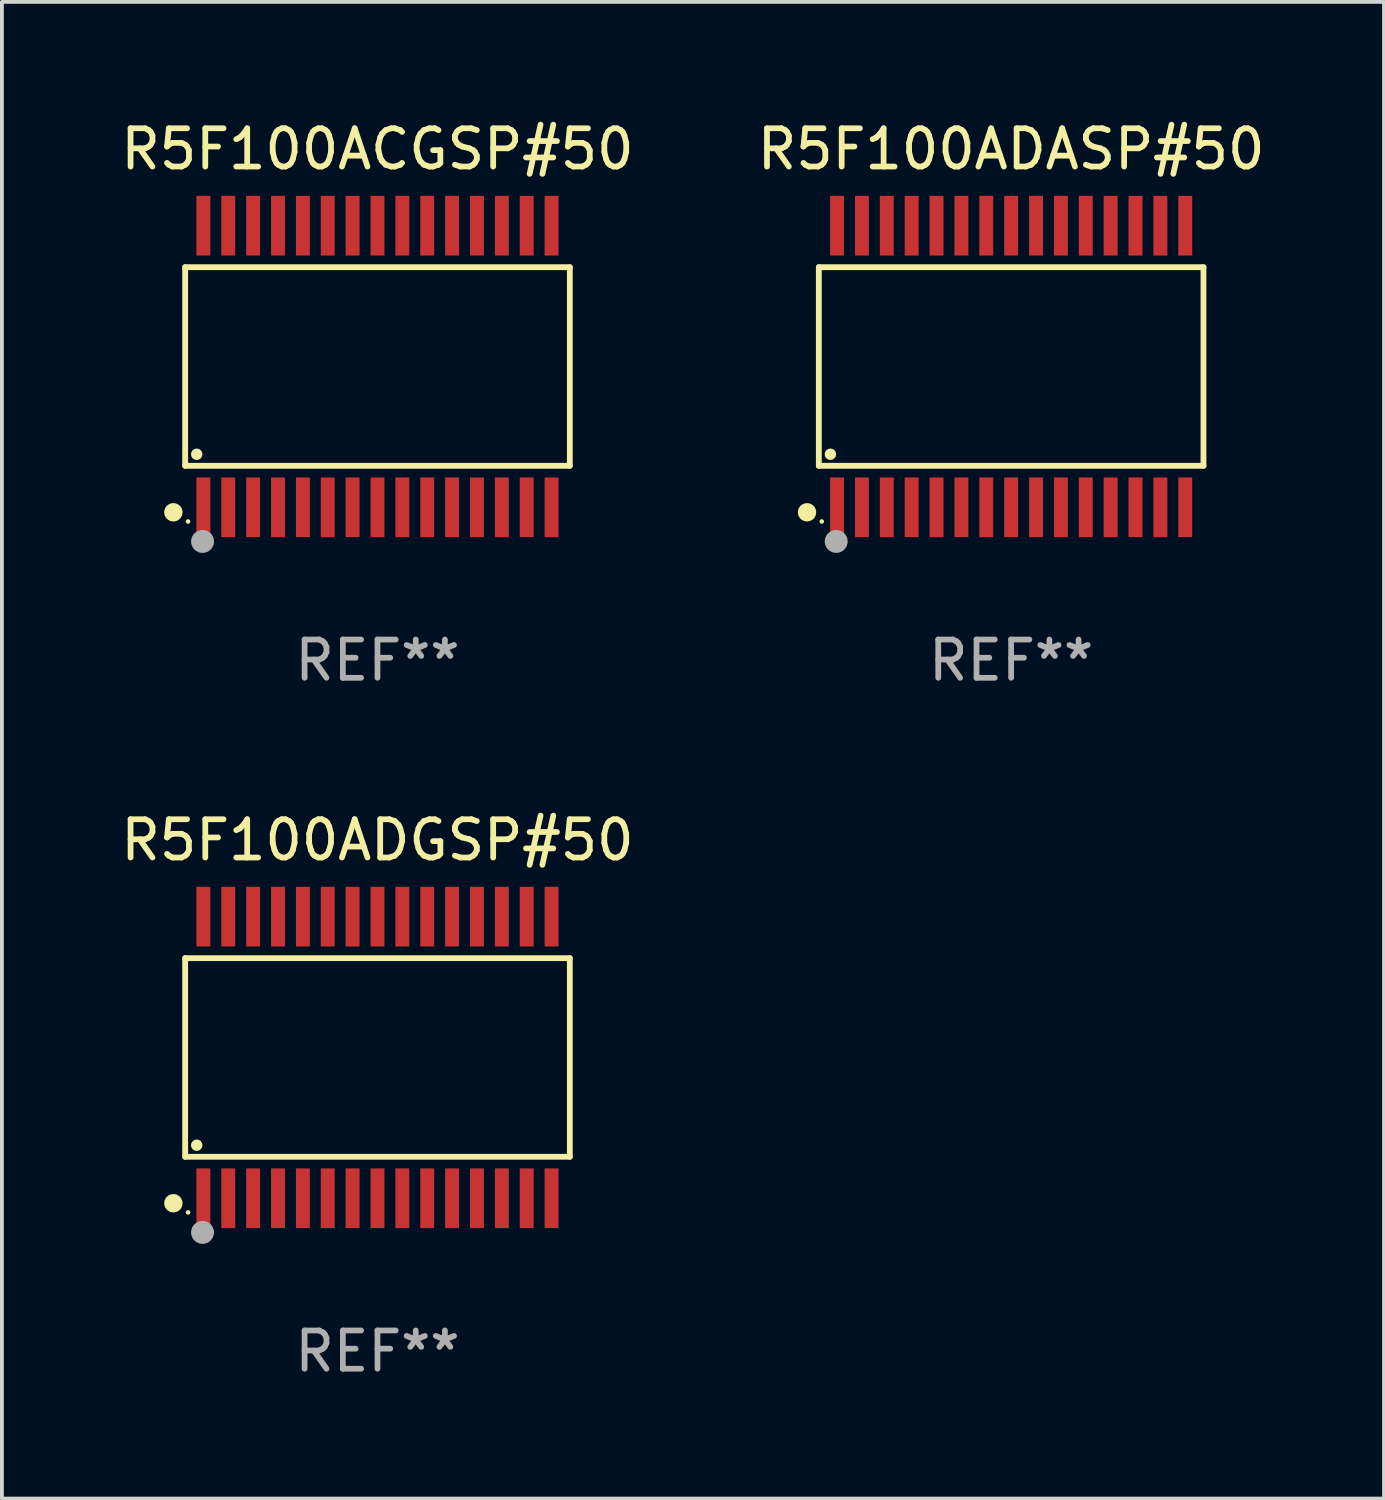
<source format=kicad_pcb>
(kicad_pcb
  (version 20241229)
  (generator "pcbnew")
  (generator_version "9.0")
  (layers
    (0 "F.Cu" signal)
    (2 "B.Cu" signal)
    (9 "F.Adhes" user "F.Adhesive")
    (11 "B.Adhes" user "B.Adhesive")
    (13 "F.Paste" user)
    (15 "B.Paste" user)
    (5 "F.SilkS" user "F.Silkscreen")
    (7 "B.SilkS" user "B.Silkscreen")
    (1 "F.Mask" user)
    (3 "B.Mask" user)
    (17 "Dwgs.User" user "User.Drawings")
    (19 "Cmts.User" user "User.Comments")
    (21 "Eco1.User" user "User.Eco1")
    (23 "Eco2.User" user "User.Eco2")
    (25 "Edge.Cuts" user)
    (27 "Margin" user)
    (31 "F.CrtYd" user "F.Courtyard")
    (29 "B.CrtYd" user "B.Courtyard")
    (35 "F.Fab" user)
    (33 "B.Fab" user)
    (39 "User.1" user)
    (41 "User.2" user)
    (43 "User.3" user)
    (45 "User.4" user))
  (footprint "R5F100ACGSP#50"
    (layer "F.Cu")
    (at 6.815 6.528)
    (property "Reference" "R5F100ACGSP#50" (at 0 -5.68 0) (layer "F.SilkS") (effects (font (size 1 1) (thickness 0.15))))
    (attr through_hole)
    (fp_line (start -5.026 -2.595) (end 5.026 -2.595) (stroke (width 0.152) (type solid)) (layer "F.SilkS"))
    (fp_line (start -5.026 2.595) (end -5.026 -2.595) (stroke (width 0.152) (type solid)) (layer "F.SilkS"))
    (fp_line (start 5.026 -2.595) (end 5.026 2.595) (stroke (width 0.152) (type solid)) (layer "F.SilkS"))
    (fp_line (start 5.026 2.595) (end -5.026 2.595) (stroke (width 0.152) (type solid)) (layer "F.SilkS"))
    (fp_circle (center -5.334 3.81) (end -5.214 3.81) (stroke (width 0.24) (type solid)) (fill no) (layer "F.SilkS"))
    (fp_circle (center -4.95 4.05) (end -4.92 4.05) (stroke (width 0.06) (type solid)) (fill no) (layer "F.SilkS"))
    (fp_circle (center -4.724 2.293) (end -4.649 2.293) (stroke (width 0.15) (type solid)) (fill no) (layer "F.SilkS"))
    (fp_circle (center -4.572 4.572) (end -4.422 4.572) (stroke (width 0.3) (type solid)) (fill no) (layer "F.Fab"))
    (fp_text user "REF**" (at 0 7.68 0) (layer "F.Fab") (effects (font (size 1 1) (thickness 0.15))))
    (pad "1" smd rect (at -4.55 3.68) (size 0.364 1.56) (layers "F.Cu" "F.Mask" "F.Paste"))
    (pad "2" smd rect (at -3.9 3.68) (size 0.364 1.56) (layers "F.Cu" "F.Mask" "F.Paste"))
    (pad "3" smd rect (at -3.25 3.68) (size 0.364 1.56) (layers "F.Cu" "F.Mask" "F.Paste"))
    (pad "4" smd rect (at -2.6 3.68) (size 0.364 1.56) (layers "F.Cu" "F.Mask" "F.Paste"))
    (pad "5" smd rect (at -1.95 3.68) (size 0.364 1.56) (layers "F.Cu" "F.Mask" "F.Paste"))
    (pad "6" smd rect (at -1.3 3.68) (size 0.364 1.56) (layers "F.Cu" "F.Mask" "F.Paste"))
    (pad "7" smd rect (at -0.65 3.68) (size 0.364 1.56) (layers "F.Cu" "F.Mask" "F.Paste"))
    (pad "8" smd rect (at -0.000013 3.68) (size 0.364 1.56) (layers "F.Cu" "F.Mask" "F.Paste"))
    (pad "9" smd rect (at 0.65 3.68) (size 0.364 1.56) (layers "F.Cu" "F.Mask" "F.Paste"))
    (pad "10" smd rect (at 1.3 3.68) (size 0.364 1.56) (layers "F.Cu" "F.Mask" "F.Paste"))
    (pad "11" smd rect (at 1.95 3.68) (size 0.364 1.56) (layers "F.Cu" "F.Mask" "F.Paste"))
    (pad "12" smd rect (at 2.6 3.68) (size 0.364 1.56) (layers "F.Cu" "F.Mask" "F.Paste"))
    (pad "13" smd rect (at 3.25 3.68) (size 0.364 1.56) (layers "F.Cu" "F.Mask" "F.Paste"))
    (pad "14" smd rect (at 3.9 3.68) (size 0.364 1.56) (layers "F.Cu" "F.Mask" "F.Paste"))
    (pad "15" smd rect (at 4.55 3.68) (size 0.364 1.56) (layers "F.Cu" "F.Mask" "F.Paste"))
    (pad "16" smd rect (at 4.55 -3.68) (size 0.364 1.56) (layers "F.Cu" "F.Mask" "F.Paste"))
    (pad "17" smd rect (at 3.9 -3.68) (size 0.364 1.56) (layers "F.Cu" "F.Mask" "F.Paste"))
    (pad "18" smd rect (at 3.25 -3.68) (size 0.364 1.56) (layers "F.Cu" "F.Mask" "F.Paste"))
    (pad "19" smd rect (at 2.6 -3.68) (size 0.364 1.56) (layers "F.Cu" "F.Mask" "F.Paste"))
    (pad "20" smd rect (at 1.95 -3.68) (size 0.364 1.56) (layers "F.Cu" "F.Mask" "F.Paste"))
    (pad "21" smd rect (at 1.3 -3.68) (size 0.364 1.56) (layers "F.Cu" "F.Mask" "F.Paste"))
    (pad "22" smd rect (at 0.65 -3.68) (size 0.364 1.56) (layers "F.Cu" "F.Mask" "F.Paste"))
    (pad "23" smd rect (at -0.000013 -3.68) (size 0.364 1.56) (layers "F.Cu" "F.Mask" "F.Paste"))
    (pad "24" smd rect (at -0.65 -3.68) (size 0.364 1.56) (layers "F.Cu" "F.Mask" "F.Paste"))
    (pad "25" smd rect (at -1.3 -3.68) (size 0.364 1.56) (layers "F.Cu" "F.Mask" "F.Paste"))
    (pad "26" smd rect (at -1.95 -3.68) (size 0.364 1.56) (layers "F.Cu" "F.Mask" "F.Paste"))
    (pad "27" smd rect (at -2.6 -3.68) (size 0.364 1.56) (layers "F.Cu" "F.Mask" "F.Paste"))
    (pad "28" smd rect (at -3.25 -3.68) (size 0.364 1.56) (layers "F.Cu" "F.Mask" "F.Paste"))
    (pad "29" smd rect (at -3.9 -3.68) (size 0.364 1.56) (layers "F.Cu" "F.Mask" "F.Paste"))
    (pad "30" smd rect (at -4.55 -3.68) (size 0.364 1.56) (layers "F.Cu" "F.Mask" "F.Paste")))
  (footprint "R5F100ADGSP#50"
    (layer "F.Cu")
    (at 6.815 24.585)
    (property "Reference" "R5F100ADGSP#50" (at 0 -5.68 0) (layer "F.SilkS") (effects (font (size 1 1) (thickness 0.15))))
    (attr through_hole)
    (fp_line (start -5.026 -2.595) (end 5.026 -2.595) (stroke (width 0.152) (type solid)) (layer "F.SilkS"))
    (fp_line (start -5.026 2.595) (end -5.026 -2.595) (stroke (width 0.152) (type solid)) (layer "F.SilkS"))
    (fp_line (start 5.026 -2.595) (end 5.026 2.595) (stroke (width 0.152) (type solid)) (layer "F.SilkS"))
    (fp_line (start 5.026 2.595) (end -5.026 2.595) (stroke (width 0.152) (type solid)) (layer "F.SilkS"))
    (fp_circle (center -5.334 3.81) (end -5.214 3.81) (stroke (width 0.24) (type solid)) (fill no) (layer "F.SilkS"))
    (fp_circle (center -4.95 4.05) (end -4.92 4.05) (stroke (width 0.06) (type solid)) (fill no) (layer "F.SilkS"))
    (fp_circle (center -4.724 2.293) (end -4.649 2.293) (stroke (width 0.15) (type solid)) (fill no) (layer "F.SilkS"))
    (fp_circle (center -4.572 4.572) (end -4.422 4.572) (stroke (width 0.3) (type solid)) (fill no) (layer "F.Fab"))
    (fp_text user "REF**" (at 0 7.68 0) (layer "F.Fab") (effects (font (size 1 1) (thickness 0.15))))
    (pad "1" smd rect (at -4.55 3.68) (size 0.364 1.56) (layers "F.Cu" "F.Mask" "F.Paste"))
    (pad "2" smd rect (at -3.9 3.68) (size 0.364 1.56) (layers "F.Cu" "F.Mask" "F.Paste"))
    (pad "3" smd rect (at -3.25 3.68) (size 0.364 1.56) (layers "F.Cu" "F.Mask" "F.Paste"))
    (pad "4" smd rect (at -2.6 3.68) (size 0.364 1.56) (layers "F.Cu" "F.Mask" "F.Paste"))
    (pad "5" smd rect (at -1.95 3.68) (size 0.364 1.56) (layers "F.Cu" "F.Mask" "F.Paste"))
    (pad "6" smd rect (at -1.3 3.68) (size 0.364 1.56) (layers "F.Cu" "F.Mask" "F.Paste"))
    (pad "7" smd rect (at -0.65 3.68) (size 0.364 1.56) (layers "F.Cu" "F.Mask" "F.Paste"))
    (pad "8" smd rect (at -0.000013 3.68) (size 0.364 1.56) (layers "F.Cu" "F.Mask" "F.Paste"))
    (pad "9" smd rect (at 0.65 3.68) (size 0.364 1.56) (layers "F.Cu" "F.Mask" "F.Paste"))
    (pad "10" smd rect (at 1.3 3.68) (size 0.364 1.56) (layers "F.Cu" "F.Mask" "F.Paste"))
    (pad "11" smd rect (at 1.95 3.68) (size 0.364 1.56) (layers "F.Cu" "F.Mask" "F.Paste"))
    (pad "12" smd rect (at 2.6 3.68) (size 0.364 1.56) (layers "F.Cu" "F.Mask" "F.Paste"))
    (pad "13" smd rect (at 3.25 3.68) (size 0.364 1.56) (layers "F.Cu" "F.Mask" "F.Paste"))
    (pad "14" smd rect (at 3.9 3.68) (size 0.364 1.56) (layers "F.Cu" "F.Mask" "F.Paste"))
    (pad "15" smd rect (at 4.55 3.68) (size 0.364 1.56) (layers "F.Cu" "F.Mask" "F.Paste"))
    (pad "16" smd rect (at 4.55 -3.68) (size 0.364 1.56) (layers "F.Cu" "F.Mask" "F.Paste"))
    (pad "17" smd rect (at 3.9 -3.68) (size 0.364 1.56) (layers "F.Cu" "F.Mask" "F.Paste"))
    (pad "18" smd rect (at 3.25 -3.68) (size 0.364 1.56) (layers "F.Cu" "F.Mask" "F.Paste"))
    (pad "19" smd rect (at 2.6 -3.68) (size 0.364 1.56) (layers "F.Cu" "F.Mask" "F.Paste"))
    (pad "20" smd rect (at 1.95 -3.68) (size 0.364 1.56) (layers "F.Cu" "F.Mask" "F.Paste"))
    (pad "21" smd rect (at 1.3 -3.68) (size 0.364 1.56) (layers "F.Cu" "F.Mask" "F.Paste"))
    (pad "22" smd rect (at 0.65 -3.68) (size 0.364 1.56) (layers "F.Cu" "F.Mask" "F.Paste"))
    (pad "23" smd rect (at -0.000013 -3.68) (size 0.364 1.56) (layers "F.Cu" "F.Mask" "F.Paste"))
    (pad "24" smd rect (at -0.65 -3.68) (size 0.364 1.56) (layers "F.Cu" "F.Mask" "F.Paste"))
    (pad "25" smd rect (at -1.3 -3.68) (size 0.364 1.56) (layers "F.Cu" "F.Mask" "F.Paste"))
    (pad "26" smd rect (at -1.95 -3.68) (size 0.364 1.56) (layers "F.Cu" "F.Mask" "F.Paste"))
    (pad "27" smd rect (at -2.6 -3.68) (size 0.364 1.56) (layers "F.Cu" "F.Mask" "F.Paste"))
    (pad "28" smd rect (at -3.25 -3.68) (size 0.364 1.56) (layers "F.Cu" "F.Mask" "F.Paste"))
    (pad "29" smd rect (at -3.9 -3.68) (size 0.364 1.56) (layers "F.Cu" "F.Mask" "F.Paste"))
    (pad "30" smd rect (at -4.55 -3.68) (size 0.364 1.56) (layers "F.Cu" "F.Mask" "F.Paste")))
  (footprint "R5F100ADASP#50"
    (layer "F.Cu")
    (at 23.375 6.528)
    (property "Reference" "R5F100ADASP#50" (at 0 -5.68 0) (layer "F.SilkS") (effects (font (size 1 1) (thickness 0.15))))
    (attr through_hole)
    (fp_line (start -5.026 -2.595) (end 5.026 -2.595) (stroke (width 0.152) (type solid)) (layer "F.SilkS"))
    (fp_line (start -5.026 2.595) (end -5.026 -2.595) (stroke (width 0.152) (type solid)) (layer "F.SilkS"))
    (fp_line (start 5.026 -2.595) (end 5.026 2.595) (stroke (width 0.152) (type solid)) (layer "F.SilkS"))
    (fp_line (start 5.026 2.595) (end -5.026 2.595) (stroke (width 0.152) (type solid)) (layer "F.SilkS"))
    (fp_circle (center -5.334 3.81) (end -5.214 3.81) (stroke (width 0.24) (type solid)) (fill no) (layer "F.SilkS"))
    (fp_circle (center -4.95 4.05) (end -4.92 4.05) (stroke (width 0.06) (type solid)) (fill no) (layer "F.SilkS"))
    (fp_circle (center -4.724 2.293) (end -4.649 2.293) (stroke (width 0.15) (type solid)) (fill no) (layer "F.SilkS"))
    (fp_circle (center -4.572 4.572) (end -4.422 4.572) (stroke (width 0.3) (type solid)) (fill no) (layer "F.Fab"))
    (fp_text user "REF**" (at 0 7.68 0) (layer "F.Fab") (effects (font (size 1 1) (thickness 0.15))))
    (pad "1" smd rect (at -4.55 3.68) (size 0.364 1.56) (layers "F.Cu" "F.Mask" "F.Paste"))
    (pad "2" smd rect (at -3.9 3.68) (size 0.364 1.56) (layers "F.Cu" "F.Mask" "F.Paste"))
    (pad "3" smd rect (at -3.25 3.68) (size 0.364 1.56) (layers "F.Cu" "F.Mask" "F.Paste"))
    (pad "4" smd rect (at -2.6 3.68) (size 0.364 1.56) (layers "F.Cu" "F.Mask" "F.Paste"))
    (pad "5" smd rect (at -1.95 3.68) (size 0.364 1.56) (layers "F.Cu" "F.Mask" "F.Paste"))
    (pad "6" smd rect (at -1.3 3.68) (size 0.364 1.56) (layers "F.Cu" "F.Mask" "F.Paste"))
    (pad "7" smd rect (at -0.65 3.68) (size 0.364 1.56) (layers "F.Cu" "F.Mask" "F.Paste"))
    (pad "8" smd rect (at -0.000013 3.68) (size 0.364 1.56) (layers "F.Cu" "F.Mask" "F.Paste"))
    (pad "9" smd rect (at 0.65 3.68) (size 0.364 1.56) (layers "F.Cu" "F.Mask" "F.Paste"))
    (pad "10" smd rect (at 1.3 3.68) (size 0.364 1.56) (layers "F.Cu" "F.Mask" "F.Paste"))
    (pad "11" smd rect (at 1.95 3.68) (size 0.364 1.56) (layers "F.Cu" "F.Mask" "F.Paste"))
    (pad "12" smd rect (at 2.6 3.68) (size 0.364 1.56) (layers "F.Cu" "F.Mask" "F.Paste"))
    (pad "13" smd rect (at 3.25 3.68) (size 0.364 1.56) (layers "F.Cu" "F.Mask" "F.Paste"))
    (pad "14" smd rect (at 3.9 3.68) (size 0.364 1.56) (layers "F.Cu" "F.Mask" "F.Paste"))
    (pad "15" smd rect (at 4.55 3.68) (size 0.364 1.56) (layers "F.Cu" "F.Mask" "F.Paste"))
    (pad "16" smd rect (at 4.55 -3.68) (size 0.364 1.56) (layers "F.Cu" "F.Mask" "F.Paste"))
    (pad "17" smd rect (at 3.9 -3.68) (size 0.364 1.56) (layers "F.Cu" "F.Mask" "F.Paste"))
    (pad "18" smd rect (at 3.25 -3.68) (size 0.364 1.56) (layers "F.Cu" "F.Mask" "F.Paste"))
    (pad "19" smd rect (at 2.6 -3.68) (size 0.364 1.56) (layers "F.Cu" "F.Mask" "F.Paste"))
    (pad "20" smd rect (at 1.95 -3.68) (size 0.364 1.56) (layers "F.Cu" "F.Mask" "F.Paste"))
    (pad "21" smd rect (at 1.3 -3.68) (size 0.364 1.56) (layers "F.Cu" "F.Mask" "F.Paste"))
    (pad "22" smd rect (at 0.65 -3.68) (size 0.364 1.56) (layers "F.Cu" "F.Mask" "F.Paste"))
    (pad "23" smd rect (at -0.000013 -3.68) (size 0.364 1.56) (layers "F.Cu" "F.Mask" "F.Paste"))
    (pad "24" smd rect (at -0.65 -3.68) (size 0.364 1.56) (layers "F.Cu" "F.Mask" "F.Paste"))
    (pad "25" smd rect (at -1.3 -3.68) (size 0.364 1.56) (layers "F.Cu" "F.Mask" "F.Paste"))
    (pad "26" smd rect (at -1.95 -3.68) (size 0.364 1.56) (layers "F.Cu" "F.Mask" "F.Paste"))
    (pad "27" smd rect (at -2.6 -3.68) (size 0.364 1.56) (layers "F.Cu" "F.Mask" "F.Paste"))
    (pad "28" smd rect (at -3.25 -3.68) (size 0.364 1.56) (layers "F.Cu" "F.Mask" "F.Paste"))
    (pad "29" smd rect (at -3.9 -3.68) (size 0.364 1.56) (layers "F.Cu" "F.Mask" "F.Paste"))
    (pad "30" smd rect (at -4.55 -3.68) (size 0.364 1.56) (layers "F.Cu" "F.Mask" "F.Paste")))
  (gr_rect
    (start -3 -3)
    (end 33.119 36.113)
    (stroke (width 0.1) (type default))
    (fill no)
    (layer "Edge.Cuts")))
</source>
